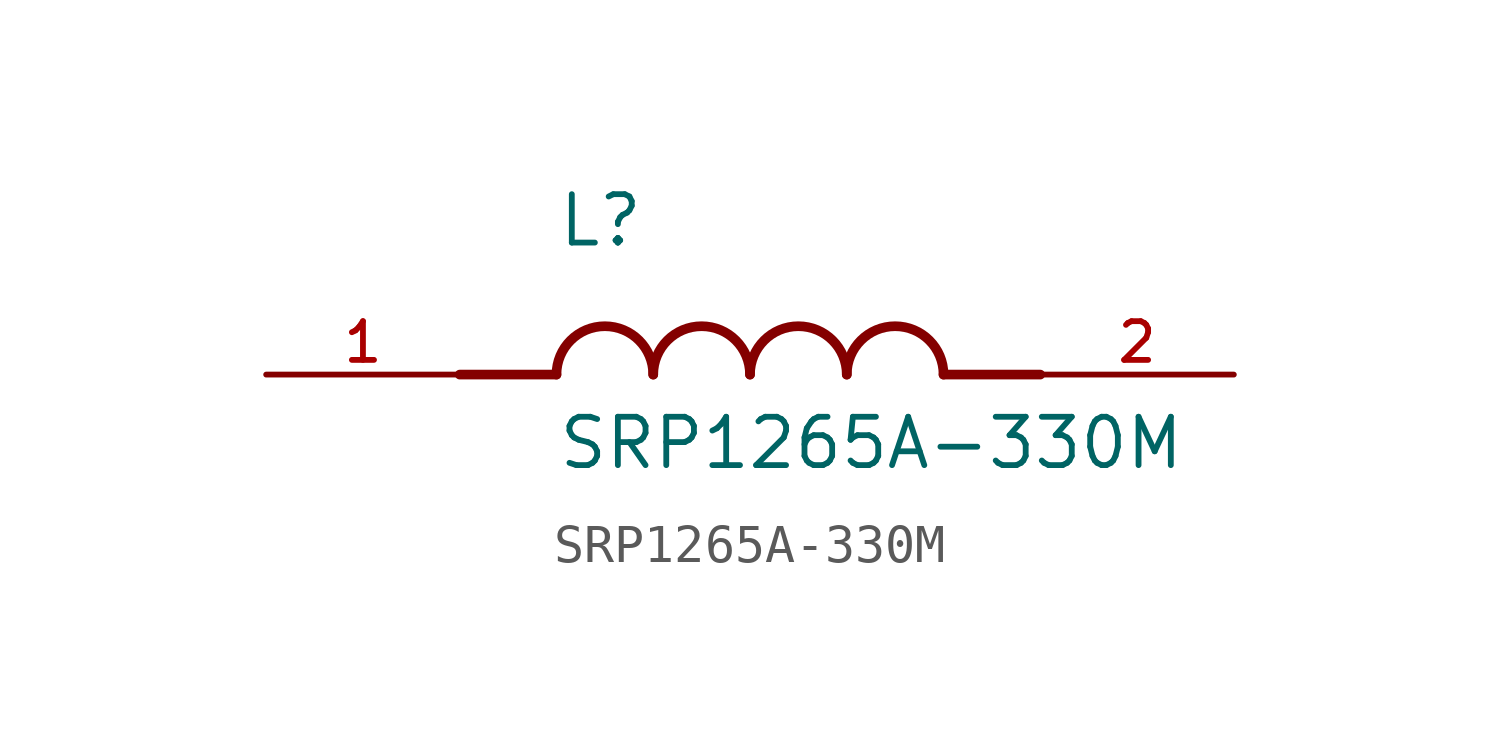
<source format=kicad_sym>
(kicad_symbol_lib
  (version 20211014)
  (generator kicad_symbol_editor)
  (symbol "SRP1265A-330M"
    (pin_names
      (offset 1.016))
    (property "Reference" "L"
      (at -5.08 3.302 0)
      (effects (font (size 1.27 1.27)) (justify bottom left)))
    (property "Value" "SRP1265A-330M"
      (at -5.08 -2.54 0)
      (effects (font (size 1.27 1.27)) (justify bottom left)))
    (symbol "SRP1265A-330M_0_0"
      (polyline (pts (xy -5.08 0.0) (xy -7.62 0.0)) (stroke (width 0.254)))
      (polyline (pts (xy 5.08 0.0) (xy 7.62 0.0)) (stroke (width 0.254)))
      (arc (start -2.54 0.0) (mid -3.81 1.27) (end -5.08 0.0) (stroke (width 0.254) (type default) (color 0 0 0 0)) (fill (type none)))
      (arc (start 0.0 0.0) (mid -1.27 1.27) (end -2.54 0.0) (stroke (width 0.254) (type default) (color 0 0 0 0)) (fill (type none)))
      (arc (start 2.54 0.0) (mid 1.27 1.27) (end 0.0 0.0) (stroke (width 0.254) (type default) (color 0 0 0 0)) (fill (type none)))
      (arc (start 5.08 0.0) (mid 3.81 1.27) (end 2.54 0.0) (stroke (width 0.254) (type default) (color 0 0 0 0)) (fill (type none)))
      (pin passive line (at -12.7 0.0 0) (length 5.08) (name "~" (effects (font (size 1.016 1.016)))) (number "1" (effects (font (size 1.016 1.016)))))
      (pin passive line (at 12.7 0.0 180.0) (length 5.08) (name "~" (effects (font (size 1.016 1.016)))) (number "2" (effects (font (size 1.016 1.016))))))))
</source>
